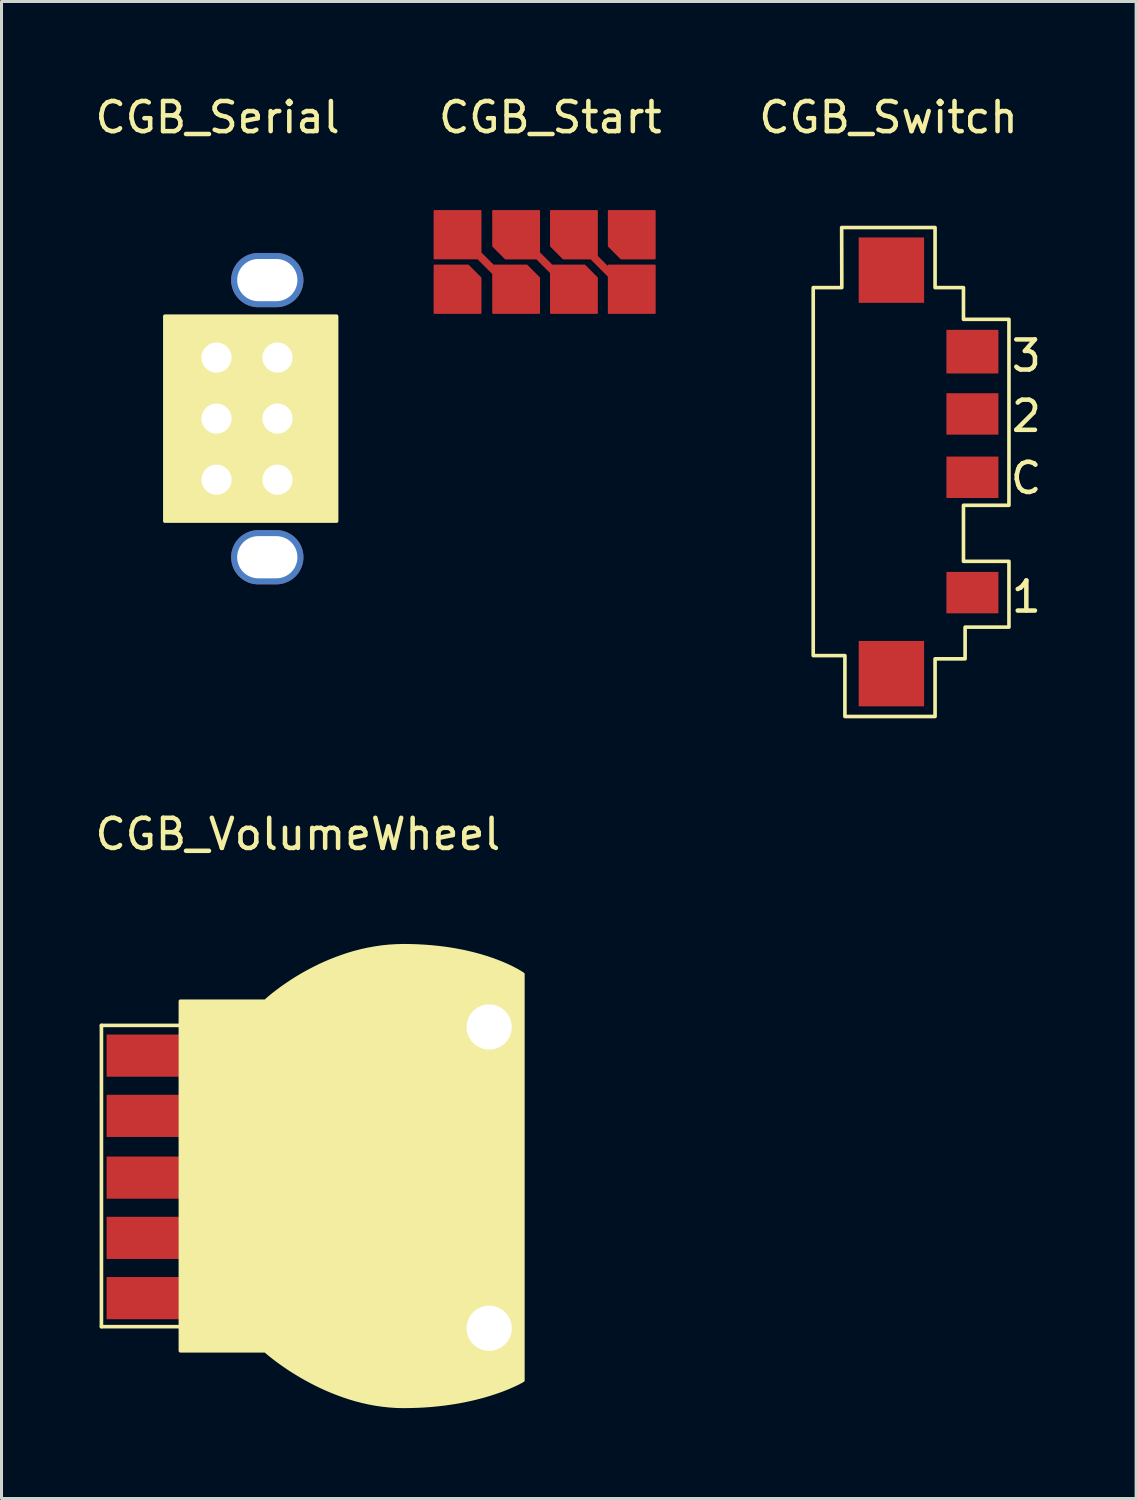
<source format=kicad_pcb>
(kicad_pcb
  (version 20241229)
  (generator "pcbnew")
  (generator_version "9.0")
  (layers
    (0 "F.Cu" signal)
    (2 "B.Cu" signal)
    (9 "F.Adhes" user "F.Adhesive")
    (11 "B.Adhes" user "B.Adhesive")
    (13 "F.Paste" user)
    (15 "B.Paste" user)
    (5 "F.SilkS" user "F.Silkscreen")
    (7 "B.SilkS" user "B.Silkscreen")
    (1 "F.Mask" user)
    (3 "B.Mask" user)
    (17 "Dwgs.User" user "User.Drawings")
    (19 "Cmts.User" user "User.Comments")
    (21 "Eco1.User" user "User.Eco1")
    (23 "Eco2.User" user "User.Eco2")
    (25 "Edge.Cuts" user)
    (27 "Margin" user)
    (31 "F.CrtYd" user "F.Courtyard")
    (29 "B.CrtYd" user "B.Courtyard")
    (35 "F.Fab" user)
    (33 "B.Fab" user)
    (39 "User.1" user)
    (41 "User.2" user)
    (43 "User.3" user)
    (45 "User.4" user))
  (footprint "CGB_VolumeWheel"
    (layer "F.Cu")
    (at 6.839 25.143)
    (property "Reference" "CGB_VolumeWheel" (at 0 -0.5 0) (unlocked yes) (layer "F.SilkS") (effects (font (size 1 1) (thickness 0.15))))
    (attr smd)
    (fp_line (start -6.522 5.847) (end -3.9 5.847) (stroke (width 0.12) (type solid)) (layer "F.SilkS"))
    (fp_line (start -6.522 15.847) (end -6.522 5.847) (stroke (width 0.12) (type solid)) (layer "F.SilkS"))
    (fp_line (start -3.9 15.847) (end -6.522 15.847) (stroke (width 0.12) (type solid)) (layer "F.SilkS"))
    (fp_poly (pts (xy -3.9 16.648) (xy -1.076 16.648) (xy -1.07 16.654) (xy -1.023 16.694) (xy -0.984 16.727) (xy -0.933 16.769) (xy -0.872 16.818) (xy -0.801 16.874) (xy -0.72 16.936) (xy -0.629 17.004) (xy -0.528 17.076) (xy -0.419 17.152) (xy -0.301 17.232) (xy -0.174 17.314) (xy -0.038 17.398) (xy 0.105 17.484) (xy 0.256 17.57) (xy 0.414 17.656) (xy 0.58 17.742) (xy 0.753 17.826) (xy 0.932 17.909) (xy 1.118 17.988) (xy 1.31 18.064) (xy 1.508 18.136) (xy 1.711 18.204) (xy 1.92 18.266) (xy 2.134 18.322) (xy 2.353 18.371) (xy 2.576 18.413) (xy 2.803 18.446) (xy 3.035 18.471) (xy 3.27 18.487) (xy 3.508 18.492) (xy 3.745 18.489) (xy 3.975 18.482) (xy 4.198 18.471) (xy 4.414 18.455) (xy 4.623 18.435) (xy 4.825 18.412) (xy 5.02 18.386) (xy 5.208 18.357) (xy 5.388 18.326) (xy 5.562 18.292) (xy 5.728 18.256) (xy 5.887 18.219) (xy 6.038 18.18) (xy 6.183 18.141) (xy 6.319 18.101) (xy 6.449 18.06) (xy 6.57 18.02) (xy 6.685 17.98) (xy 6.791 17.941) (xy 6.89 17.902) (xy 6.982 17.865) (xy 7.065 17.829) (xy 7.141 17.795) (xy 7.209 17.764) (xy 7.27 17.735) (xy 7.322 17.709) (xy 7.403 17.666) (xy 7.468 17.629) (xy 7.468 4.147) (xy 7.452 4.137) (xy 7.406 4.107) (xy 7.329 4.06) (xy 7.279 4.031) (xy 7.221 4) (xy 7.155 3.965) (xy 7.082 3.928) (xy 7.001 3.889) (xy 6.912 3.849) (xy 6.815 3.806) (xy 6.711 3.763) (xy 6.599 3.719) (xy 6.479 3.675) (xy 6.351 3.631) (xy 6.216 3.587) (xy 6.073 3.544) (xy 5.922 3.502) (xy 5.764 3.461) (xy 5.598 3.422) (xy 5.424 3.385) (xy 5.242 3.351) (xy 5.052 3.319) (xy 4.855 3.29) (xy 4.65 3.265) (xy 4.437 3.244) (xy 4.217 3.227) (xy 3.988 3.214) (xy 3.752 3.206) (xy 3.508 3.203) (xy 3.263 3.209) (xy 3.021 3.224) (xy 2.785 3.249) (xy 2.553 3.283) (xy 2.326 3.324) (xy 2.104 3.373) (xy 1.888 3.429) (xy 1.677 3.491) (xy 1.473 3.559) (xy 1.274 3.631) (xy 1.082 3.707) (xy 0.897 3.786) (xy 0.718 3.868) (xy 0.547 3.953) (xy 0.382 4.038) (xy 0.225 4.124) (xy 0.076 4.211) (xy -0.065 4.296) (xy -0.197 4.38) (xy -0.322 4.463) (xy -0.438 4.542) (xy -0.545 4.618) (xy -0.642 4.69) (xy -0.731 4.758) (xy -0.81 4.819) (xy -0.879 4.875) (xy -0.938 4.924) (xy -0.987 4.966) (xy -1.025 5) (xy -1.076 5.045) (xy -3.9 5.045)) (stroke (width 0.12) (type solid)) (fill yes) (layer "F.SilkS"))
    (pad "" smd rect (at 3.75 5.2) (size 2.4 1.4) (layers "F.Cu" "F.Mask" "F.Paste"))
    (pad "" smd rect (at 3.75 16.6) (size 2.4 1.4) (layers "F.Cu" "F.Mask" "F.Paste"))
    (pad "" thru_hole circle (at 6.35 5.9) (size 1.7 1.7) (drill 1.5) (layers "*.Cu" "*.Mask"))
    (pad "" thru_hole circle (at 6.35 15.9) (size 1.7 1.7) (drill 1.5) (layers "*.Cu" "*.Mask"))
    (pad "1" smd rect (at -5.15 14.9) (size 2.4 1.4) (layers "F.Cu" "F.Mask" "F.Paste"))
    (pad "2" smd rect (at -5.15 12.9) (size 2.4 1.4) (layers "F.Cu" "F.Mask" "F.Paste"))
    (pad "3" smd rect (at -5.15 10.9) (size 2.4 1.4) (layers "F.Cu" "F.Mask" "F.Paste"))
    (pad "4" smd rect (at -5.15 8.85) (size 2.4 1.4) (layers "F.Cu" "F.Mask" "F.Paste"))
    (pad "5" smd rect (at -5.15 6.85) (size 2.4 1.4) (layers "F.Cu" "F.Mask" "F.Paste")))
  (footprint "CGB_Serial"
    (layer "F.Cu")
    (at 4.173 1.348)
    (property "Reference" "CGB_Serial" (at 0 -0.5 0) (unlocked yes) (layer "F.SilkS") (effects (font (size 1 1) (thickness 0.15))))
    (attr smd)
    (fp_rect (start -1.75 6.1) (end 3.95 12.9) (stroke (width 0.12) (type solid)) (fill yes) (layer "F.SilkS"))
    (pad "" thru_hole oval (at 1.65 4.9) (size 2.4 1.8) (drill oval 2 1.4) (layers "*.Cu" "*.Mask"))
    (pad "" thru_hole oval (at 1.65 14.1) (size 2.4 1.8) (drill oval 2 1.4) (layers "*.Cu" "*.Mask"))
    (pad "1" thru_hole circle (at 1.988 7.471) (size 1.4 1.4) (drill 1) (layers "*.Cu" "*.Mask"))
    (pad "2" thru_hole circle (at -0.035 7.471) (size 1.4 1.4) (drill 1) (layers "*.Cu" "*.Mask"))
    (pad "3" thru_hole circle (at 1.988 9.498) (size 1.4 1.4) (drill 1) (layers "*.Cu" "*.Mask"))
    (pad "4" thru_hole circle (at -0.035 9.498) (size 1.4 1.4) (drill 1) (layers "*.Cu" "*.Mask"))
    (pad "5" thru_hole circle (at 1.988 11.526) (size 1.4 1.4) (drill 1) (layers "*.Cu" "*.Mask"))
    (pad "6" thru_hole circle (at -0.035 11.526) (size 1.4 1.4) (drill 1) (layers "*.Cu" "*.Mask")))
  (footprint "CGB_Start"
    (layer "F.Cu")
    (at 15.22 1.348)
    (property "Reference" "CGB_Start" (at 0 -0.5 0) (unlocked yes) (layer "F.SilkS") (effects (font (size 1 1) (thickness 0.15))))
    (attr smd)
    (pad "1" smd custom (at -1.2 5.3) (size 0.45 0.45) (layers "F.Cu" "F.Mask" "F.Paste") (options (anchor circle)) (primitives (gr_poly (pts (xy -0.275 -0.113) (xy -0.266 -0.156) (xy -0.242 -0.192) (xy -0.206 -0.216) (xy -0.163 -0.225) (xy 0.163 -0.225) (xy 0.206 -0.216) (xy 0.242 -0.192) (xy 0.266 -0.156) (xy 0.275 -0.113) (xy 0.275 0.113) (xy 0.266 0.156) (xy 0.242 0.192) (xy 0.206 0.216) (xy 0.163 0.225) (xy -0.163 0.225) (xy -0.206 0.216) (xy -0.242 0.192) (xy -0.266 0.156) (xy -0.275 0.113)) (width 0) (fill yes)) (gr_line (start -0.225 -0.275) (end -1.475 -1.525) (width 0.25)) (gr_poly (pts (xy -1.113 -2.7) (xy -1.113 -1.113) (xy -2.65 -1.113) (xy -2.65 -2.7)) (width 0.05) (fill yes)) (gr_poly (pts (xy -0.705 0.697) (xy 0.832 0.697) (xy 0.832 -0.475) (xy 0.417 -0.89) (xy -0.705 -0.89)) (width 0.05) (fill yes))))
    (pad "1" smd custom (at 2.8 5.1) (size 0.45 0.45) (layers "F.Cu" "F.Mask" "F.Paste") (options (anchor circle)) (primitives (gr_poly (pts (xy -0.866 0.897) (xy -0.866 -0.69) (xy 0.671 -0.69) (xy 0.671 0.897)) (width 0.05) (fill yes)) (gr_poly (pts (xy -0.275 -0.113) (xy -0.266 -0.156) (xy -0.242 -0.192) (xy -0.206 -0.216) (xy -0.163 -0.225) (xy 0.163 -0.225) (xy 0.206 -0.216) (xy 0.242 -0.192) (xy 0.266 -0.156) (xy 0.275 -0.113) (xy 0.275 0.113) (xy 0.266 0.156) (xy 0.242 0.192) (xy 0.206 0.216) (xy 0.163 0.225) (xy -0.163 0.225) (xy -0.206 0.216) (xy -0.242 0.192) (xy -0.266 0.156) (xy -0.275 0.113)) (width 0) (fill yes)) (gr_line (start -0.475 -0.075) (end -1.725 -1.325) (width 0.25)) (gr_poly (pts (xy -1.249 -2.5) (xy -2.786 -2.5) (xy -2.786 -1.327) (xy -2.371 -0.912) (xy -1.249 -0.912)) (width 0.05) (fill yes))))
    (pad "2" smd custom (at -3.1 5.3) (size 0.45 0.45) (layers "F.Cu" "F.Mask" "F.Paste") (options (anchor circle)) (primitives (gr_poly (pts (xy -0.75 -0.89) (xy -0.75 0.697) (xy 0.787 0.697) (xy 0.787 -0.475) (xy 0.372 -0.89)) (width 0.05) (fill yes))))
    (pad "2" smd custom (at 0.7 5.4) (size 0.543 0.762) (layers "F.Cu" "F.Mask" "F.Paste") (options (anchor circle)) (primitives (gr_poly (pts (xy -0.272 -0.245) (xy -0.261 -0.297) (xy -0.232 -0.341) (xy -0.188 -0.371) (xy -0.136 -0.381) (xy 0.136 -0.381) (xy 0.188 -0.371) (xy 0.232 -0.341) (xy 0.261 -0.297) (xy 0.272 -0.245) (xy 0.272 0.245) (xy 0.261 0.297) (xy 0.232 0.341) (xy 0.188 0.371) (xy 0.136 0.381) (xy -0.136 0.381) (xy -0.188 0.371) (xy -0.232 0.341) (xy -0.261 0.297) (xy -0.272 0.245)) (width 0) (fill yes)) (gr_poly (pts (xy -0.686 0.597) (xy 0.851 0.597) (xy 0.851 -0.575) (xy 0.437 -0.99) (xy -0.686 -0.99)) (width 0.05) (fill yes)) (gr_line (start -0.275 -0.475) (end -1.525 -1.725) (width 0.25)) (gr_poly (pts (xy -2.605 -2.8) (xy -2.605 -1.627) (xy -2.191 -1.212) (xy -1.068 -1.212) (xy -1.068 -2.8)) (width 0.05) (fill yes))))
    (pad "2" smd custom (at 2.75 3.35) (size 0.45 0.45) (layers "F.Cu" "F.Mask" "F.Paste") (options (anchor circle)) (primitives (gr_poly (pts (xy -0.816 0.423) (xy -0.402 0.838) (xy 0.721 0.838) (xy 0.721 -0.75) (xy -0.816 -0.75)) (width 0.05) (fill yes)))))
  (footprint "CGB_Switch"
    (layer "F.Cu")
    (at 26.446 1.348)
    (property "Reference" "CGB_Switch" (at 0 -0.5 0) (unlocked yes) (layer "F.SilkS") (effects (font (size 1 1) (thickness 0.15))))
    (attr smd)
    (fp_poly (pts (xy 2.542 17.473) (xy 1.545 17.473) (xy 1.545 19.387) (xy -1.448 19.387) (xy -1.448 17.365) (xy -2.5 17.365) (xy -2.5 5.15) (xy -1.551 5.15) (xy -1.556 3.155) (xy 1.545 3.155) (xy 1.545 5.15) (xy 2.488 5.15) (xy 2.488 6.202) (xy 3.998 6.202) (xy 3.998 12.376) (xy 2.488 12.376) (xy 2.488 14.237) (xy 3.998 14.237) (xy 3.998 16.421) (xy 2.542 16.421)) (stroke (width 0.12) (type solid)) (fill no) (layer "F.SilkS"))
    (fp_text user "3" (at 4 8 0) (unlocked yes) (layer "F.SilkS") (effects (font (size 1 1) (thickness 0.15)) (justify left bottom)))
    (fp_text user "2" (at 4 10 0) (unlocked yes) (layer "F.SilkS") (effects (font (size 1 1) (thickness 0.15)) (justify left bottom)))
    (fp_text user "C" (at 3.968 12.063 0) (unlocked yes) (layer "F.SilkS") (effects (font (size 1 1) (thickness 0.15)) (justify left bottom)))
    (fp_text user "1" (at 4 16 0) (unlocked yes) (layer "F.SilkS") (effects (font (size 1 1) (thickness 0.15)) (justify left bottom)))
    (pad "" smd rect (at 0.095 4.57) (size 2.171 2.171) (layers "F.Cu" "F.Mask" "F.Paste"))
    (pad "" smd rect (at 0.095 17.965) (size 2.171 2.171) (layers "F.Cu" "F.Mask" "F.Paste"))
    (pad "1" smd rect (at 2.785 15.275) (size 1.726 1.375) (layers "F.Cu" "F.Mask" "F.Paste"))
    (pad "2" smd rect (at 2.785 9.343) (size 1.726 1.375) (layers "F.Cu" "F.Mask" "F.Paste"))
    (pad "3" smd rect (at 2.785 7.276) (size 1.726 1.448) (layers "F.Cu" "F.Mask" "F.Paste"))
    (pad "C" smd rect (at 2.785 11.446) (size 1.726 1.375) (layers "F.Cu" "F.Mask" "F.Paste")))
  (gr_rect
    (start -3 -3)
    (end 34.665 46.695)
    (stroke (width 0.1) (type default))
    (fill no)
    (layer "Edge.Cuts")))
</source>
